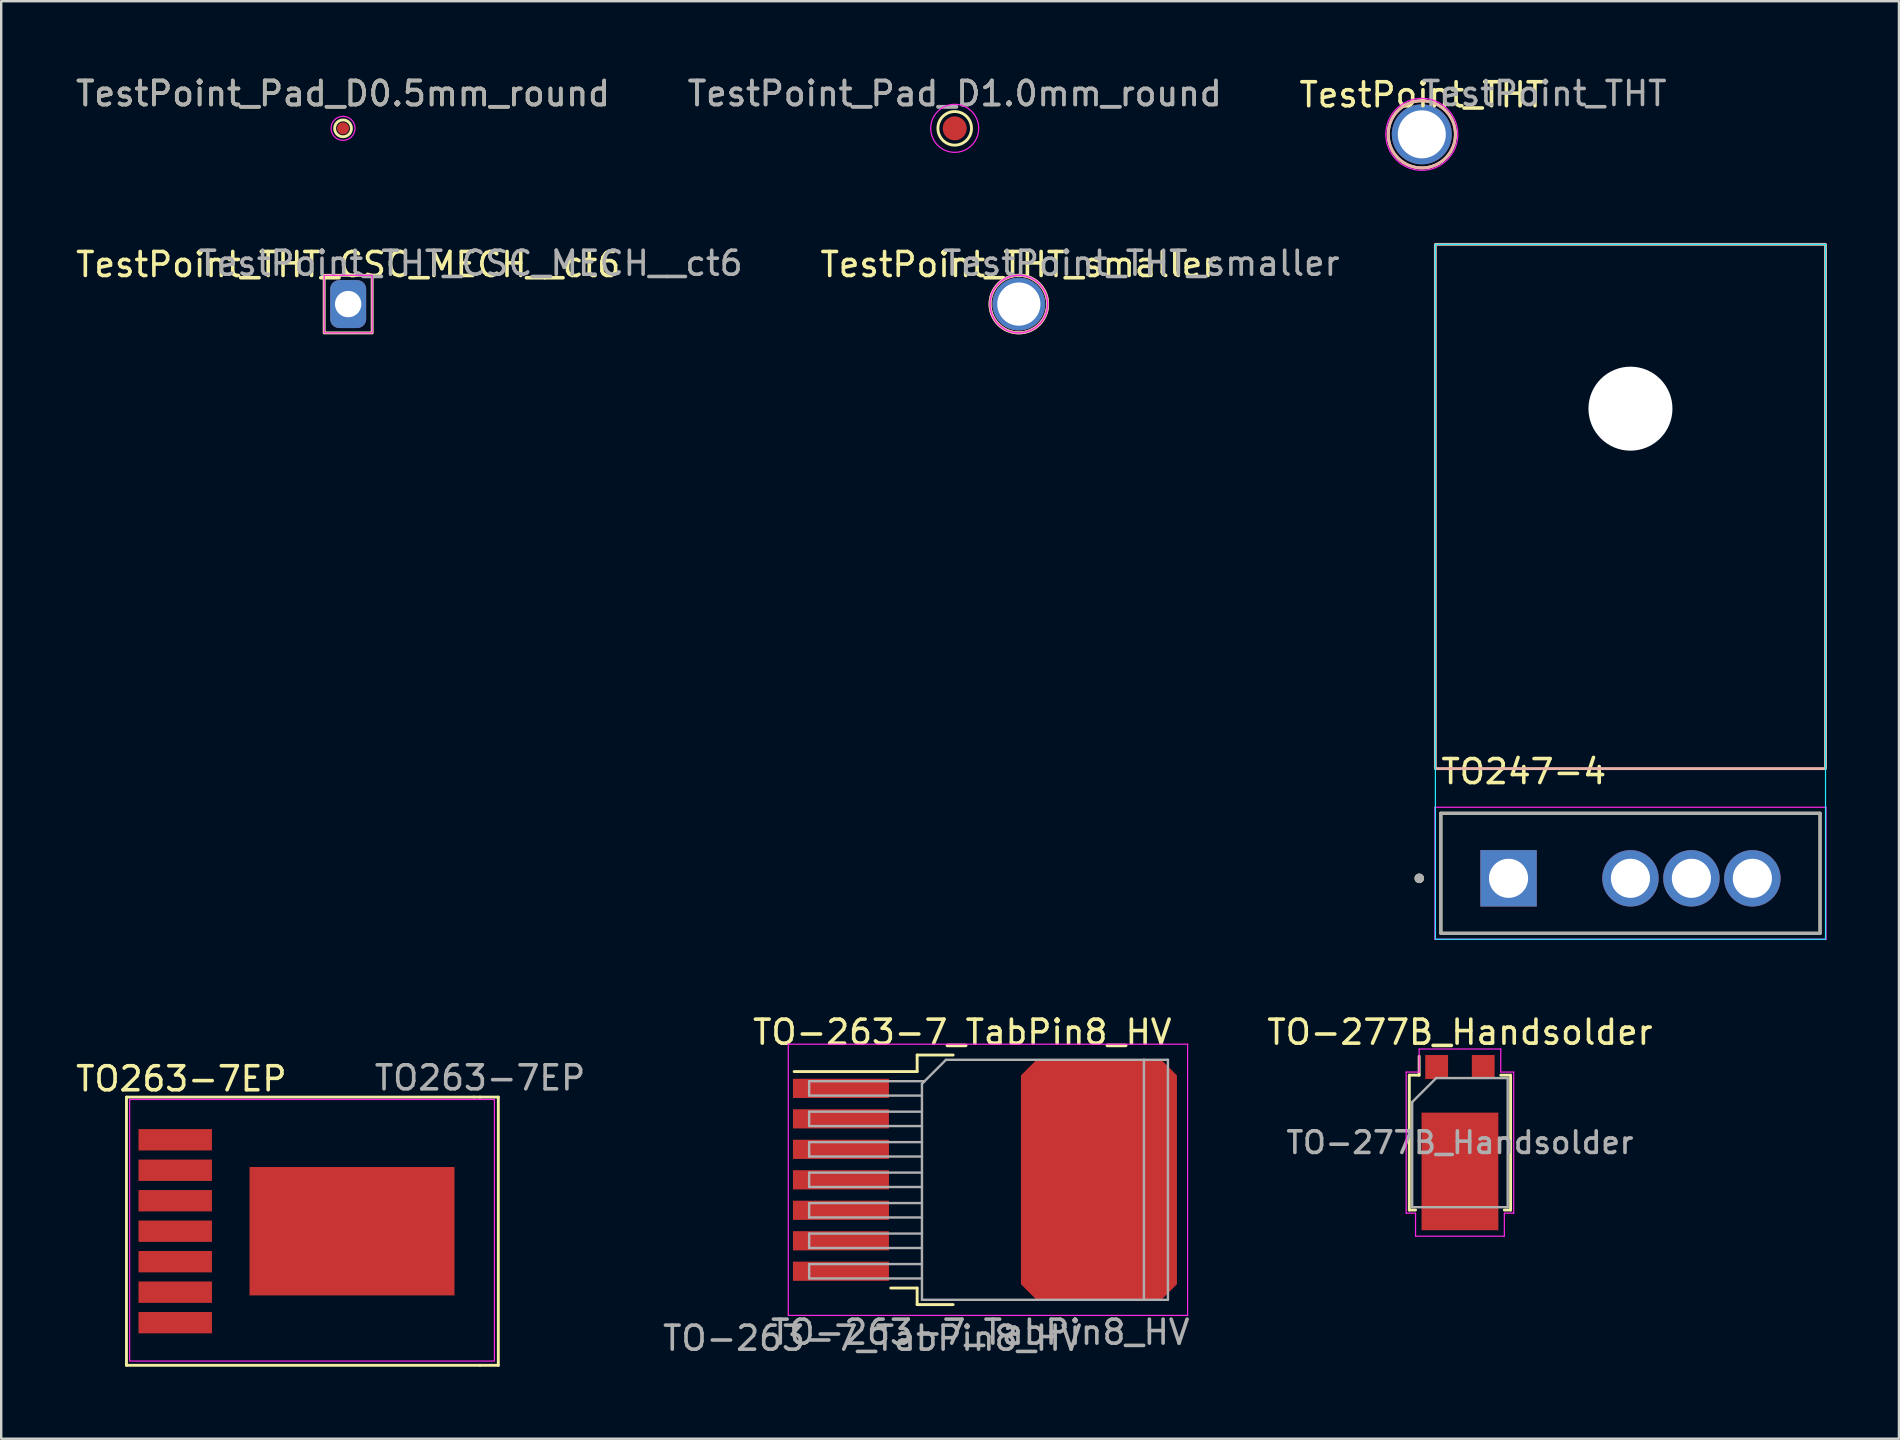
<source format=kicad_pcb>
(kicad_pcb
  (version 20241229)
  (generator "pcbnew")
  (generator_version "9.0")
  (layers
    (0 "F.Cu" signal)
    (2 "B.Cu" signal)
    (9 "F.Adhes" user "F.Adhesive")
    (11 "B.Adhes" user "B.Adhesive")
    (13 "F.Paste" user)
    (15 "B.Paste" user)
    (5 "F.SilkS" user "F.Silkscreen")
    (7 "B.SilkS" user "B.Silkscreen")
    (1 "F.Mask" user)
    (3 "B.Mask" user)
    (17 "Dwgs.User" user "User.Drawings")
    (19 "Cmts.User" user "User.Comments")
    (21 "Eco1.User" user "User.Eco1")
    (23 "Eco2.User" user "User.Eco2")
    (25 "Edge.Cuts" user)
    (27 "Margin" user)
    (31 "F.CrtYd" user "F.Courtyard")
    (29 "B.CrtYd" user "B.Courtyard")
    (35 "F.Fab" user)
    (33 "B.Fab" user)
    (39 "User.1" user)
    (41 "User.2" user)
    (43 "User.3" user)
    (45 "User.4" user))
  (footprint "TO247-4"
    (layer "F.Cu")
    (at 59.81 33.549)
    (property "Reference" "TO247-4" (at 0.635 -4.445 0) (layer "F.SilkS") (effects (font (size 1 1) (thickness 0.15))))
    (attr through_hole)
    (fp_line (start -2.82 -2.71) (end 12.98 -2.71) (stroke (width 0.127) (type solid)) (layer "F.SilkS"))
    (fp_line (start -2.82 2.29) (end -2.82 -2.71) (stroke (width 0.127) (type solid)) (layer "F.SilkS"))
    (fp_line (start 12.98 -2.71) (end 12.98 2.29) (stroke (width 0.127) (type solid)) (layer "F.SilkS"))
    (fp_line (start 12.98 2.29) (end -2.82 2.29) (stroke (width 0.127) (type solid)) (layer "F.SilkS"))
    (fp_circle (center -3.72 0) (end -3.62 0) (stroke (width 0.2) (type solid)) (fill no) (layer "F.SilkS"))
    (fp_rect (start -3.048 -26.416) (end 13.208 -4.572) (stroke (width 0.12) (type default)) (fill no) (layer "B.SilkS"))
    (fp_rect (start -3.048 -26.416) (end 13.208 2.54) (stroke (width 0.05) (type default)) (fill no) (layer "B.CrtYd"))
    (fp_line (start -3.07 -2.96) (end 13.23 -2.96) (stroke (width 0.05) (type solid)) (layer "F.CrtYd"))
    (fp_line (start -3.07 2.54) (end -3.07 -2.96) (stroke (width 0.05) (type solid)) (layer "F.CrtYd"))
    (fp_line (start 13.23 -2.96) (end 13.23 2.54) (stroke (width 0.05) (type solid)) (layer "F.CrtYd"))
    (fp_line (start 13.23 2.54) (end -3.07 2.54) (stroke (width 0.05) (type solid)) (layer "F.CrtYd"))
    (fp_line (start -2.82 -2.71) (end 12.98 -2.71) (stroke (width 0.127) (type solid)) (layer "F.Fab"))
    (fp_line (start -2.82 2.29) (end -2.82 -2.71) (stroke (width 0.127) (type solid)) (layer "F.Fab"))
    (fp_line (start 12.98 -2.71) (end 12.98 2.29) (stroke (width 0.127) (type solid)) (layer "F.Fab"))
    (fp_line (start 12.98 2.29) (end -2.82 2.29) (stroke (width 0.127) (type solid)) (layer "F.Fab"))
    (fp_circle (center -3.72 0) (end -3.62 0) (stroke (width 0.2) (type solid)) (fill no) (layer "F.Fab"))
    (pad "" np_thru_hole circle (at 5.08 -19.57) (size 3.5 3.5) (drill 3.5) (layers "*.Cu" "*.Mask"))
    (pad "1" thru_hole rect (at 0 0) (size 2.35 2.35) (drill 1.63) (layers "*.Cu" "*.Mask"))
    (pad "2" thru_hole circle (at 5.08 0) (size 2.35 2.35) (drill 1.63) (layers "*.Cu" "*.Mask"))
    (pad "3" thru_hole circle (at 7.62 0) (size 2.35 2.35) (drill 1.63) (layers "*.Cu" "*.Mask"))
    (pad "4" thru_hole circle (at 10.16 0) (size 2.35 2.35) (drill 1.63) (layers "*.Cu" "*.Mask")))
  (footprint "TestPoint_Pad_D0.5mm_round"
    (layer "F.Cu")
    (at 11.244 2.298)
    (property "Reference" "TestPoint_Pad_D0.5mm_round" (at 0 -1.448 0) (layer "F.SilkS") (effects (font (size 1 1) (thickness 0.15))))
    (attr exclude_from_pos_files exclude_from_bom)
    (fp_circle (center 0 0) (end 0.35 0) (stroke (width 0.12) (type solid)) (fill no) (layer "F.SilkS"))
    (fp_circle (center 0 0) (end 0.5 0) (stroke (width 0.05) (type solid)) (fill no) (layer "F.CrtYd"))
    (fp_text user "${REFERENCE}" (at 0 -1.45 0) (layer "F.Fab") (effects (font (size 1 1) (thickness 0.15))))
    (pad "1" smd circle (at 0 0) (size 0.5 0.5) (layers "F.Cu" "F.Mask")))
  (footprint "TestPoint_THT"
    (layer "F.Cu")
    (at 56.196 2.548)
    (property "Reference" "TestPoint_THT" (at 0 -1.648 0) (layer "F.SilkS") (effects (font (size 1 1) (thickness 0.15))))
    (attr exclude_from_pos_files exclude_from_bom)
    (fp_circle (center 0 0) (end 1.4 0) (stroke (width 0.12) (type solid)) (fill no) (layer "F.SilkS"))
    (fp_circle (center 0 0) (end 1.4 0) (stroke (width 0.12) (type solid)) (fill no) (layer "B.SilkS"))
    (fp_circle (center 0 0) (end 1.5 0) (stroke (width 0.05) (type solid)) (fill no) (layer "F.CrtYd"))
    (fp_text user "${REFERENCE}" (at 5.1 -1.7 0) (layer "F.Fab") (effects (font (size 1 1) (thickness 0.15))))
    (pad "1" thru_hole circle (at 0 0) (size 2.5 2.5) (drill 2) (layers "*.Cu" "*.Mask")))
  (footprint "TO-277B_Handsolder"
    (layer "F.Cu")
    (at 57.785 44.562)
    (property "Reference" "TO-277B_Handsolder" (at 0 -4.6 180) (layer "F.SilkS") (effects (font (size 1 1) (thickness 0.15))))
    (attr smd)
    (fp_line (start -2.11 -2.81) (end -2.11 2.81) (stroke (width 0.12) (type solid)) (layer "F.SilkS"))
    (fp_line (start -1.85 2.81) (end -2.11 2.81) (stroke (width 0.12) (type solid)) (layer "F.SilkS"))
    (fp_line (start -1.7 -2.81) (end -2.11 -2.81) (stroke (width 0.12) (type solid)) (layer "F.SilkS"))
    (fp_line (start -1.7 -2.81) (end -1.7 -3.6) (stroke (width 0.12) (type solid)) (layer "F.SilkS"))
    (fp_line (start 2.11 -2.81) (end 1.7 -2.81) (stroke (width 0.12) (type solid)) (layer "F.SilkS"))
    (fp_line (start 2.11 2.81) (end 1.85 2.81) (stroke (width 0.12) (type solid)) (layer "F.SilkS"))
    (fp_line (start 2.11 2.81) (end 2.11 -2.81) (stroke (width 0.12) (type solid)) (layer "F.SilkS"))
    (fp_line (start -2.24 -2.94) (end -2.24 2.94) (stroke (width 0.05) (type solid)) (layer "F.CrtYd"))
    (fp_line (start -2.24 -2.94) (end -1.7 -2.94) (stroke (width 0.05) (type solid)) (layer "F.CrtYd"))
    (fp_line (start -2.24 2.94) (end -1.85 2.94) (stroke (width 0.05) (type solid)) (layer "F.CrtYd"))
    (fp_line (start -1.85 3.9) (end -1.85 2.94) (stroke (width 0.05) (type solid)) (layer "F.CrtYd"))
    (fp_line (start -1.7 -3.9) (end 1.7 -3.9) (stroke (width 0.05) (type solid)) (layer "F.CrtYd"))
    (fp_line (start -1.7 -2.94) (end -1.7 -3.9) (stroke (width 0.05) (type solid)) (layer "F.CrtYd"))
    (fp_line (start 1.7 -2.94) (end 1.7 -3.9) (stroke (width 0.05) (type solid)) (layer "F.CrtYd"))
    (fp_line (start 1.7 -2.94) (end 2.24 -2.94) (stroke (width 0.05) (type solid)) (layer "F.CrtYd"))
    (fp_line (start 1.85 2.94) (end 2.24 2.94) (stroke (width 0.05) (type solid)) (layer "F.CrtYd"))
    (fp_line (start 1.85 3.9) (end -1.85 3.9) (stroke (width 0.05) (type solid)) (layer "F.CrtYd"))
    (fp_line (start 1.85 3.9) (end 1.85 2.94) (stroke (width 0.05) (type solid)) (layer "F.CrtYd"))
    (fp_line (start 2.24 2.94) (end 2.24 -2.94) (stroke (width 0.05) (type solid)) (layer "F.CrtYd"))
    (fp_line (start -1.99 -1.69) (end -1.99 2.69) (stroke (width 0.1) (type solid)) (layer "F.Fab"))
    (fp_line (start -1.99 -1.69) (end -0.99 -2.69) (stroke (width 0.1) (type solid)) (layer "F.Fab"))
    (fp_line (start -1.99 2.69) (end 1.99 2.69) (stroke (width 0.1) (type solid)) (layer "F.Fab"))
    (fp_line (start 1.99 -2.69) (end -1 -2.69) (stroke (width 0.1) (type solid)) (layer "F.Fab"))
    (fp_line (start 1.99 2.69) (end 1.99 -2.69) (stroke (width 0.1) (type solid)) (layer "F.Fab"))
    (fp_text user "${REFERENCE}" (at 0 0 0) (layer "F.Fab") (effects (font (size 0.9 0.9) (thickness 0.15))))
    (pad "" smd rect (at -0.9 -0.6) (size 1.3 1.2) (layers "F.Paste"))
    (pad "" smd rect (at -0.9 1.2) (size 1.3 1.2) (layers "F.Paste"))
    (pad "" smd rect (at -0.9 3) (size 1.3 1.2) (layers "F.Paste"))
    (pad "" smd rect (at 0.9 -0.6) (size 1.3 1.2) (layers "F.Paste"))
    (pad "" smd rect (at 0.9 1.2) (size 1.3 1.2) (layers "F.Paste"))
    (pad "" smd rect (at 0.9 3) (size 1.3 1.2) (layers "F.Paste"))
    (pad "1" smd rect (at 0 1.2) (size 3.2 4.9) (layers "F.Cu" "F.Mask"))
    (pad "2" smd rect (at -0.97 -3.15) (size 0.95 1) (layers "F.Cu" "F.Mask" "F.Paste"))
    (pad "2" smd rect (at 0.97 -3.15) (size 0.95 1) (layers "F.Cu" "F.Mask" "F.Paste")))
  (footprint "TestPoint_THT_CSC_MECH__ct6"
    (layer "F.Cu")
    (at 11.458 9.621)
    (property "Reference" "TestPoint_THT_CSC_MECH__ct6" (at 0 -1.648 0) (layer "F.SilkS") (effects (font (size 1 1) (thickness 0.15))))
    (attr exclude_from_pos_files exclude_from_bom)
    (fp_rect (start -1 -1.2) (end 1 1.2) (stroke (width 0.12) (type default)) (fill no) (layer "F.SilkS"))
    (fp_rect (start -1 -1.2) (end 1 1.2) (stroke (width 0.05) (type default)) (fill no) (layer "F.CrtYd"))
    (fp_text user "${REFERENCE}" (at 5.1 -1.7 0) (layer "F.Fab") (effects (font (size 1 1) (thickness 0.15))))
    (pad "1" thru_hole roundrect (at 0 0) (size 1.5 2) (drill 1.1) (layers "*.Cu" "*.Mask") (roundrect_rratio 0.25)))
  (footprint "TestPoint_Pad_D1.0mm_round"
    (layer "F.Cu")
    (at 36.732 2.298)
    (property "Reference" "TestPoint_Pad_D1.0mm_round" (at 0 -1.448 0) (layer "F.Fab") (effects (font (size 1 1) (thickness 0.15))))
    (attr exclude_from_pos_files exclude_from_bom)
    (fp_circle (center 0 0) (end 0 0.7) (stroke (width 0.12) (type solid)) (fill no) (layer "F.SilkS"))
    (fp_circle (center 0 0) (end 1 0) (stroke (width 0.05) (type solid)) (fill no) (layer "F.CrtYd"))
    (fp_text user "${REFERENCE}" (at 0 -1.45 0) (layer "F.Fab") (effects (font (size 1 1) (thickness 0.15))))
    (pad "1" smd circle (at 0 0) (size 1 1) (layers "F.Cu" "F.Mask")))
  (footprint "TO-263-7_TabPin8_HV"
    (layer "F.Cu")
    (at 35.992 46.112)
    (property "Reference" "TO-263-7_TabPin8_HV" (at 1.055 -6.15 0) (unlocked yes) (layer "F.SilkS") (effects (font (size 1 1) (thickness 0.15))))
    (attr smd)
    (fp_line (start -0.825 -5.2) (end -0.825 -4.51) (stroke (width 0.12) (type solid)) (layer "F.SilkS"))
    (fp_line (start -0.825 -4.51) (end -5.95 -4.51) (stroke (width 0.12) (type solid)) (layer "F.SilkS"))
    (fp_line (start -0.825 4.51) (end -1.925 4.51) (stroke (width 0.12) (type solid)) (layer "F.SilkS"))
    (fp_line (start -0.825 5.2) (end -0.825 4.51) (stroke (width 0.12) (type solid)) (layer "F.SilkS"))
    (fp_line (start 0.675 -5.2) (end -0.825 -5.2) (stroke (width 0.12) (type solid)) (layer "F.SilkS"))
    (fp_line (start 0.675 5.2) (end -0.825 5.2) (stroke (width 0.12) (type solid)) (layer "F.SilkS"))
    (fp_line (start -6.195 -5.65) (end -6.195 5.65) (stroke (width 0.05) (type solid)) (layer "F.CrtYd"))
    (fp_line (start -6.195 5.65) (end 10.445 5.65) (stroke (width 0.05) (type solid)) (layer "F.CrtYd"))
    (fp_line (start 10.445 -5.65) (end -6.195 -5.65) (stroke (width 0.05) (type solid)) (layer "F.CrtYd"))
    (fp_line (start 10.445 5.65) (end 10.445 -5.65) (stroke (width 0.05) (type solid)) (layer "F.CrtYd"))
    (fp_line (start -5.325 -4.11) (end -5.325 -3.51) (stroke (width 0.1) (type solid)) (layer "F.Fab"))
    (fp_line (start -5.325 -3.51) (end -0.625 -3.51) (stroke (width 0.1) (type solid)) (layer "F.Fab"))
    (fp_line (start -5.325 -2.84) (end -5.325 -2.24) (stroke (width 0.1) (type solid)) (layer "F.Fab"))
    (fp_line (start -5.325 -2.24) (end -0.625 -2.24) (stroke (width 0.1) (type solid)) (layer "F.Fab"))
    (fp_line (start -5.325 -1.57) (end -5.325 -0.97) (stroke (width 0.1) (type solid)) (layer "F.Fab"))
    (fp_line (start -5.325 -0.97) (end -0.625 -0.97) (stroke (width 0.1) (type solid)) (layer "F.Fab"))
    (fp_line (start -5.325 -0.3) (end -5.325 0.3) (stroke (width 0.1) (type solid)) (layer "F.Fab"))
    (fp_line (start -5.325 0.3) (end -0.625 0.3) (stroke (width 0.1) (type solid)) (layer "F.Fab"))
    (fp_line (start -5.325 0.97) (end -5.325 1.57) (stroke (width 0.1) (type solid)) (layer "F.Fab"))
    (fp_line (start -5.325 1.57) (end -0.625 1.57) (stroke (width 0.1) (type solid)) (layer "F.Fab"))
    (fp_line (start -5.325 2.24) (end -5.325 2.84) (stroke (width 0.1) (type solid)) (layer "F.Fab"))
    (fp_line (start -5.325 2.84) (end -0.625 2.84) (stroke (width 0.1) (type solid)) (layer "F.Fab"))
    (fp_line (start -5.325 3.51) (end -5.325 4.11) (stroke (width 0.1) (type solid)) (layer "F.Fab"))
    (fp_line (start -5.325 4.11) (end -0.625 4.11) (stroke (width 0.1) (type solid)) (layer "F.Fab"))
    (fp_line (start -0.625 -4) (end 0.375 -5) (stroke (width 0.1) (type solid)) (layer "F.Fab"))
    (fp_line (start -0.625 -2.84) (end -5.325 -2.84) (stroke (width 0.1) (type solid)) (layer "F.Fab"))
    (fp_line (start -0.625 -1.57) (end -5.325 -1.57) (stroke (width 0.1) (type solid)) (layer "F.Fab"))
    (fp_line (start -0.625 -0.3) (end -5.325 -0.3) (stroke (width 0.1) (type solid)) (layer "F.Fab"))
    (fp_line (start -0.625 0.97) (end -5.325 0.97) (stroke (width 0.1) (type solid)) (layer "F.Fab"))
    (fp_line (start -0.625 2.24) (end -5.325 2.24) (stroke (width 0.1) (type solid)) (layer "F.Fab"))
    (fp_line (start -0.625 3.51) (end -5.325 3.51) (stroke (width 0.1) (type solid)) (layer "F.Fab"))
    (fp_line (start -0.625 5) (end -0.625 -4) (stroke (width 0.1) (type solid)) (layer "F.Fab"))
    (fp_line (start -0.515 -4.11) (end -5.325 -4.11) (stroke (width 0.1) (type solid)) (layer "F.Fab"))
    (fp_line (start 0.375 -5) (end 8.625 -5) (stroke (width 0.1) (type solid)) (layer "F.Fab"))
    (fp_line (start 8.625 -5) (end 8.625 5) (stroke (width 0.1) (type solid)) (layer "F.Fab"))
    (fp_line (start 8.625 -5) (end 9.625 -5) (stroke (width 0.1) (type solid)) (layer "F.Fab"))
    (fp_line (start 8.625 5) (end -0.625 5) (stroke (width 0.1) (type solid)) (layer "F.Fab"))
    (fp_line (start 9.625 -5) (end 9.625 5) (stroke (width 0.1) (type solid)) (layer "F.Fab"))
    (fp_line (start 9.625 5) (end 8.625 5) (stroke (width 0.1) (type solid)) (layer "F.Fab"))
    (fp_text user "${REFERENCE}" (at 1.805 6.35 0) (unlocked yes) (layer "F.Fab") (effects (font (size 1 1) (thickness 0.15))))
    (fp_text user "${REFERENCE}" (at -2.695 6.6 0) (layer "F.Fab") (effects (font (size 1 1) (thickness 0.15))))
    (pad "1" smd rect (at -4 -3.81) (size 4 0.8) (layers "F.Cu" "F.Mask" "F.Paste"))
    (pad "2" smd rect (at -4 -2.54) (size 4 0.8) (layers "F.Cu" "F.Mask" "F.Paste"))
    (pad "3" smd rect (at -4 -1.27) (size 4 0.8) (layers "F.Cu" "F.Mask" "F.Paste"))
    (pad "4" smd rect (at -4 0) (size 4 0.8) (layers "F.Cu" "F.Mask" "F.Paste"))
    (pad "5" smd rect (at -4 1.27) (size 4 0.8) (layers "F.Cu" "F.Mask" "F.Paste"))
    (pad "6" smd rect (at -4 2.54) (size 4 0.8) (layers "F.Cu" "F.Mask" "F.Paste"))
    (pad "7" smd rect (at -4 3.81) (size 4 0.8) (layers "F.Cu" "F.Mask" "F.Paste"))
    (pad "8" smd roundrect (at 6.75 0 270) (size 10 6.5) (layers "F.Cu" "F.Mask" "F.Paste") (roundrect_rratio 0) (chamfer_ratio 0.1) (chamfer top_left top_right bottom_left bottom_right)))
  (footprint "TestPoint_THT_smaller"
    (layer "F.Cu")
    (at 39.404 9.621)
    (property "Reference" "TestPoint_THT_smaller" (at 0 -1.648 0) (layer "F.SilkS") (effects (font (size 1 1) (thickness 0.15))))
    (attr exclude_from_pos_files exclude_from_bom)
    (fp_circle (center 0 0) (end 1.2 0) (stroke (width 0.12) (type solid)) (fill no) (layer "F.SilkS"))
    (fp_circle (center 0 0) (end 1.2 0) (stroke (width 0.12) (type solid)) (fill no) (layer "B.SilkS"))
    (fp_circle (center 0 0) (end 1.2 0) (stroke (width 0.05) (type solid)) (fill no) (layer "F.CrtYd"))
    (fp_text user "${REFERENCE}" (at 5.1 -1.7 0) (layer "F.Fab") (effects (font (size 1 1) (thickness 0.15))))
    (pad "1" thru_hole circle (at 0 0) (size 2.2 2.2) (drill 1.8) (layers "*.Cu" "*.Mask")))
  (footprint "TO263-7EP"
    (layer "F.Cu")
    (at 16.952 39.364)
    (property "Reference" "TO263-7EP" (at -12.446 2.54 0) (unlocked yes) (layer "F.SilkS") (effects (font (size 1 1) (thickness 0.15))))
    (attr smd)
    (fp_line (start -14.732 3.302) (end -14.732 14.478) (stroke (width 0.12) (type solid)) (layer "F.SilkS"))
    (fp_line (start -14.732 14.478) (end 0 14.478) (stroke (width 0.12) (type solid)) (layer "F.SilkS"))
    (fp_line (start -0.254 3.302) (end -14.732 3.302) (stroke (width 0.12) (type solid)) (layer "F.SilkS"))
    (fp_line (start 0 3.302) (end -0.254 3.302) (stroke (width 0.12) (type solid)) (layer "F.SilkS"))
    (fp_line (start 0 14.478) (end 0.762 14.478) (stroke (width 0.12) (type solid)) (layer "F.SilkS"))
    (fp_line (start 0.762 3.302) (end 0 3.302) (stroke (width 0.12) (type solid)) (layer "F.SilkS"))
    (fp_line (start 0.762 14.478) (end 0.762 3.302) (stroke (width 0.12) (type solid)) (layer "F.SilkS"))
    (fp_rect (start -9.45 6.6) (end -1.15 6.7) (stroke (width 0.12) (type solid)) (fill yes) (layer "F.Paste"))
    (fp_rect (start -9.45 7.009) (end -1.15 7.109) (stroke (width 0.12) (type solid)) (fill yes) (layer "F.Paste"))
    (fp_rect (start -9.45 7.418) (end -1.15 7.518) (stroke (width 0.12) (type solid)) (fill yes) (layer "F.Paste"))
    (fp_rect (start -9.45 7.827) (end -1.15 7.927) (stroke (width 0.12) (type solid)) (fill yes) (layer "F.Paste"))
    (fp_rect (start -9.45 8.236) (end -1.15 8.336) (stroke (width 0.12) (type solid)) (fill yes) (layer "F.Paste"))
    (fp_rect (start -9.45 8.645) (end -1.15 8.745) (stroke (width 0.12) (type solid)) (fill yes) (layer "F.Paste"))
    (fp_rect (start -9.45 9.055) (end -1.15 9.155) (stroke (width 0.12) (type solid)) (fill yes) (layer "F.Paste"))
    (fp_rect (start -9.45 9.464) (end -1.15 9.564) (stroke (width 0.12) (type solid)) (fill yes) (layer "F.Paste"))
    (fp_rect (start -9.45 9.873) (end -1.15 9.973) (stroke (width 0.12) (type solid)) (fill yes) (layer "F.Paste"))
    (fp_rect (start -9.45 10.282) (end -1.15 10.382) (stroke (width 0.12) (type solid)) (fill yes) (layer "F.Paste"))
    (fp_rect (start -9.45 10.691) (end -1.15 10.791) (stroke (width 0.12) (type solid)) (fill yes) (layer "F.Paste"))
    (fp_rect (start -9.45 11.1) (end -1.15 11.2) (stroke (width 0.12) (type solid)) (fill yes) (layer "F.Paste"))
    (fp_rect (start -14.6 3.4) (end 0.6 14.3) (stroke (width 0.05) (type solid)) (fill no) (layer "F.CrtYd"))
    (fp_text user "${REFERENCE}" (at 0 2.5 0) (unlocked yes) (layer "F.Fab") (effects (font (size 1 1) (thickness 0.15))))
    (pad "1" smd rect (at -12.7 5.08) (size 3.06 0.89) (layers "F.Cu" "F.Mask" "F.Paste"))
    (pad "2" smd rect (at -12.7 6.35) (size 3.06 0.89) (layers "F.Cu" "F.Mask" "F.Paste"))
    (pad "3" smd rect (at -12.7 7.62) (size 3.06 0.89) (layers "F.Cu" "F.Mask" "F.Paste"))
    (pad "4" smd rect (at -12.7 8.89) (size 3.06 0.89) (layers "F.Cu" "F.Mask" "F.Paste"))
    (pad "4" smd rect (at -5.334 8.89) (size 8.54 5.35) (property pad_prop_heatsink) (layers "F.Cu" "F.Mask"))
    (pad "5" smd rect (at -12.7 10.16) (size 3.06 0.89) (layers "F.Cu" "F.Mask" "F.Paste"))
    (pad "6" smd rect (at -12.7 11.43) (size 3.06 0.89) (layers "F.Cu" "F.Mask" "F.Paste"))
    (pad "7" smd rect (at -12.7 12.7) (size 3.06 0.89) (layers "F.Cu" "F.Mask" "F.Paste")))
  (gr_rect
    (start -3 -3)
    (end 76.078 56.902)
    (stroke (width 0.1) (type default))
    (fill no)
    (layer "Edge.Cuts")))
</source>
